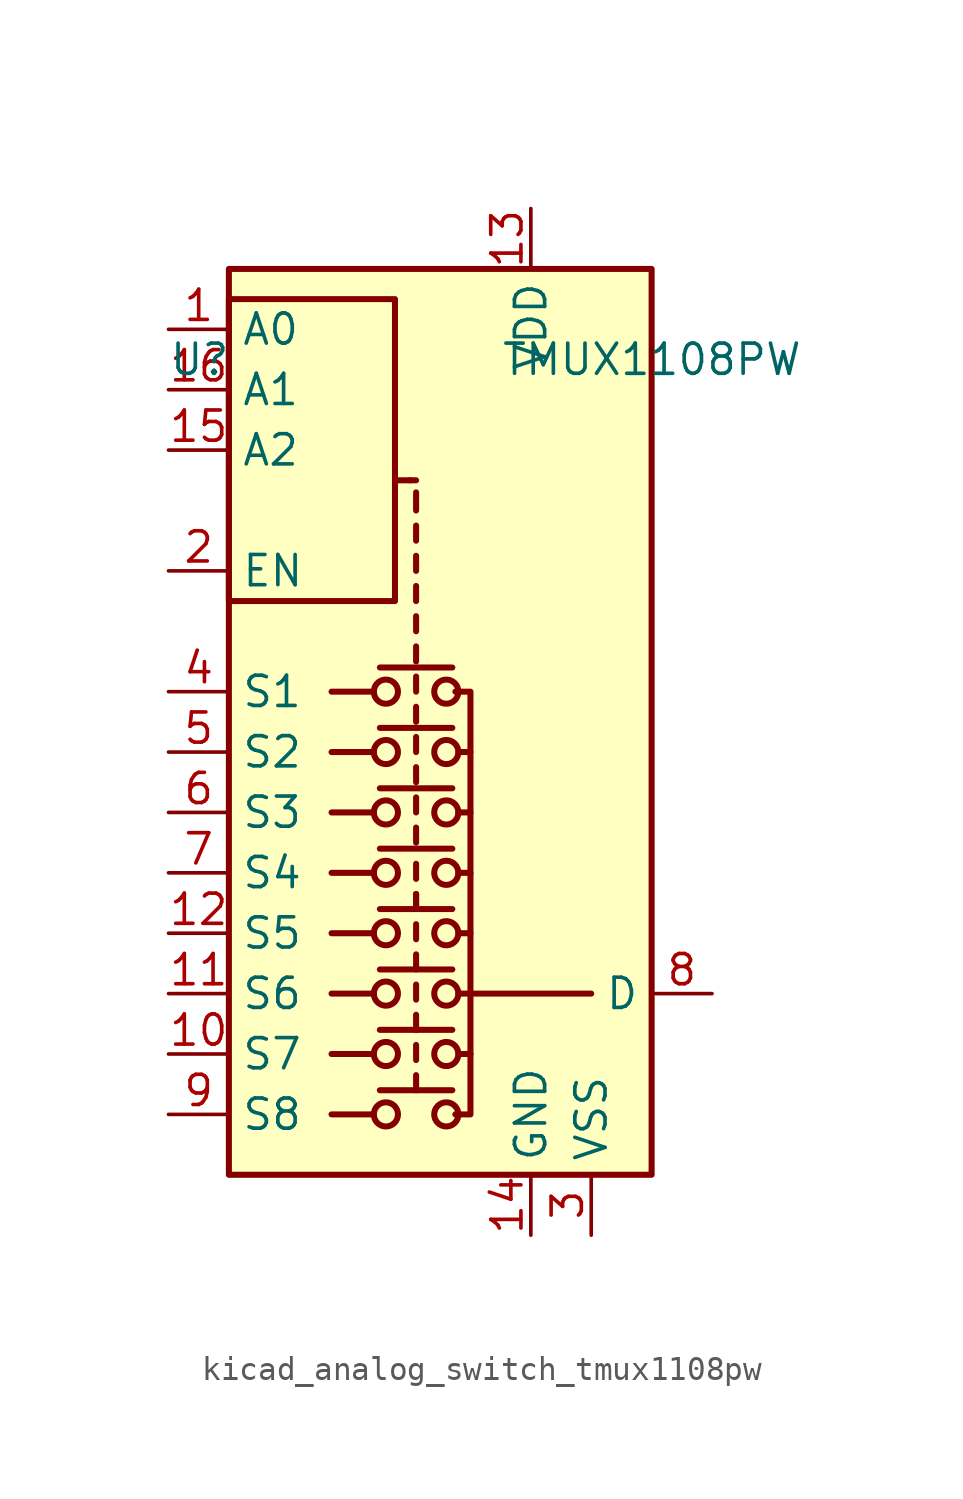
<source format=kicad_sym>
(kicad_symbol_lib
  (version 20220914)
  (generator kicad_symbol_editor)
  (symbol "kicad_analog_switch_tmux1108pw"
    (property "Reference" "U"
      (at -10.16 16.51 0)
      (effects (font (size 1.27 1.27)) (justify left)))
    (property "Value" "TMUX1108PW"
      (at 3.81 16.51 0)
      (effects (font (size 1.27 1.27)) (justify left)))
    (symbol "kicad_analog_switch_tmux1108pw_0_0"
      (pin power_in line (at 5.08 -20.32 90) (length 2.54) (name "GND" (effects (font (size 1.27 1.27)))) (number "14" (effects (font (size 1.27 1.27))))))
    (symbol "kicad_analog_switch_tmux1108pw_0_1"
      (rectangle (start -7.62 6.35) (end -0.635 19.05) (stroke (width 0.254) (type default)) (fill (type none)))
      (rectangle (start -7.62 20.32) (end 10.16 -17.78) (stroke (width 0.254) (type default)) (fill (type background)))
      (circle (center -1.016 -15.24) (radius 0.508) (stroke (width 0.254) (type default)) (fill (type none)))
      (circle (center -1.016 -12.7) (radius 0.508) (stroke (width 0.254) (type default)) (fill (type none)))
      (circle (center -1.016 -10.16) (radius 0.508) (stroke (width 0.254) (type default)) (fill (type none)))
      (circle (center -1.016 -7.62) (radius 0.508) (stroke (width 0.254) (type default)) (fill (type none)))
      (circle (center -1.016 -5.08) (radius 0.508) (stroke (width 0.254) (type default)) (fill (type none)))
      (circle (center -1.016 -2.54) (radius 0.508) (stroke (width 0.254) (type default)) (fill (type none)))
      (circle (center -1.016 0) (radius 0.508) (stroke (width 0.254) (type default)) (fill (type none)))
      (circle (center -1.016 2.54) (radius 0.508) (stroke (width 0.254) (type default)) (fill (type none)))
      (polyline (pts (xy -1.524 -15.24) (xy -3.302 -15.24)) (stroke (width 0.254) (type default)) (fill (type none)))
      (polyline (pts (xy -1.524 -12.7) (xy -3.302 -12.7)) (stroke (width 0.254) (type default)) (fill (type none)))
      (polyline (pts (xy -1.524 -10.16) (xy -3.302 -10.16)) (stroke (width 0.254) (type default)) (fill (type none)))
      (polyline (pts (xy -1.524 -7.62) (xy -3.302 -7.62)) (stroke (width 0.254) (type default)) (fill (type none)))
      (polyline (pts (xy -1.524 -5.08) (xy -3.302 -5.08)) (stroke (width 0.254) (type default)) (fill (type none)))
      (polyline (pts (xy -1.524 -2.54) (xy -3.302 -2.54)) (stroke (width 0.254) (type default)) (fill (type none)))
      (polyline (pts (xy -1.524 0) (xy -3.302 0)) (stroke (width 0.254) (type default)) (fill (type none)))
      (polyline (pts (xy -1.524 2.54) (xy -3.302 2.54)) (stroke (width 0.254) (type default)) (fill (type none)))
      (polyline (pts (xy -1.27 -14.224) (xy 1.778 -14.224)) (stroke (width 0.254) (type default)) (fill (type none)))
      (polyline (pts (xy -1.27 -11.684) (xy 1.778 -11.684)) (stroke (width 0.254) (type default)) (fill (type none)))
      (polyline (pts (xy -1.27 -9.144) (xy 1.778 -9.144)) (stroke (width 0.254) (type default)) (fill (type none)))
      (polyline (pts (xy -1.27 -6.604) (xy 1.778 -6.604)) (stroke (width 0.254) (type default)) (fill (type none)))
      (polyline (pts (xy -1.27 -4.064) (xy 1.778 -4.064)) (stroke (width 0.254) (type default)) (fill (type none)))
      (polyline (pts (xy -1.27 -1.524) (xy 1.778 -1.524)) (stroke (width 0.254) (type default)) (fill (type none)))
      (polyline (pts (xy -1.27 1.016) (xy 1.778 1.016)) (stroke (width 0.254) (type default)) (fill (type none)))
      (polyline (pts (xy -1.27 3.556) (xy 1.778 3.556)) (stroke (width 0.254) (type default)) (fill (type none)))
      (polyline (pts (xy -0.635 11.43) (xy 0 11.43)) (stroke (width 0.254) (type default)) (fill (type none)))
      (polyline (pts (xy 0.254 -14.224) (xy 0.254 -13.589)) (stroke (width 0.254) (type default)) (fill (type none)))
      (polyline (pts (xy 0.254 -12.954) (xy 0.254 -12.319)) (stroke (width 0.254) (type default)) (fill (type none)))
      (polyline (pts (xy 0.254 -11.684) (xy 0.254 -11.049)) (stroke (width 0.254) (type default)) (fill (type none)))
      (polyline (pts (xy 0.254 -10.414) (xy 0.254 -9.779)) (stroke (width 0.254) (type default)) (fill (type none)))
      (polyline (pts (xy 0.254 -9.144) (xy 0.254 -8.509)) (stroke (width 0.254) (type default)) (fill (type none)))
      (polyline (pts (xy 0.254 -7.874) (xy 0.254 -7.239)) (stroke (width 0.254) (type default)) (fill (type none)))
      (polyline (pts (xy 0.254 -6.604) (xy 0.254 -5.969)) (stroke (width 0.254) (type default)) (fill (type none)))
      (polyline (pts (xy 0.254 -6.604) (xy 0.254 -5.969)) (stroke (width 0.254) (type default)) (fill (type none)))
      (polyline (pts (xy 0.254 -5.334) (xy 0.254 -4.699)) (stroke (width 0.254) (type default)) (fill (type none)))
      (polyline (pts (xy 0.254 -3.81) (xy 0.254 -3.175)) (stroke (width 0.254) (type default)) (fill (type none)))
      (polyline (pts (xy 0.254 -2.54) (xy 0.254 -1.905)) (stroke (width 0.254) (type default)) (fill (type none)))
      (polyline (pts (xy 0.254 -1.27) (xy 0.254 -0.635)) (stroke (width 0.254) (type default)) (fill (type none)))
      (polyline (pts (xy 0.254 0) (xy 0.254 0.635)) (stroke (width 0.254) (type default)) (fill (type none)))
      (polyline (pts (xy 0.254 1.27) (xy 0.254 1.905)) (stroke (width 0.254) (type default)) (fill (type none)))
      (polyline (pts (xy 0.254 2.54) (xy 0.254 3.175)) (stroke (width 0.254) (type default)) (fill (type none)))
      (polyline (pts (xy 0.254 3.81) (xy 0.254 4.445)) (stroke (width 0.254) (type default)) (fill (type none)))
      (polyline (pts (xy 0.254 5.08) (xy 0.254 5.715)) (stroke (width 0.254) (type default)) (fill (type none)))
      (polyline (pts (xy 0.254 6.35) (xy 0.254 6.985)) (stroke (width 0.254) (type default)) (fill (type none)))
      (polyline (pts (xy 0.254 7.62) (xy 0.254 8.255)) (stroke (width 0.254) (type default)) (fill (type none)))
      (polyline (pts (xy 0.254 8.89) (xy 0.254 9.525)) (stroke (width 0.254) (type default)) (fill (type none)))
      (polyline (pts (xy 0.254 10.16) (xy 0.254 10.922)) (stroke (width 0.254) (type default)) (fill (type none)))
      (polyline (pts (xy 0.254 11.43) (xy 0 11.43)) (stroke (width 0.254) (type default)) (fill (type none)))
      (polyline (pts (xy 2.032 -12.7) (xy 2.54 -12.7)) (stroke (width 0.254) (type default)) (fill (type none)))
      (polyline (pts (xy 2.032 -10.16) (xy 2.54 -10.16)) (stroke (width 0.254) (type default)) (fill (type none)))
      (polyline (pts (xy 2.032 -7.62) (xy 2.54 -7.62)) (stroke (width 0.254) (type default)) (fill (type none)))
      (polyline (pts (xy 2.032 -5.08) (xy 2.54 -5.08)) (stroke (width 0.254) (type default)) (fill (type none)))
      (polyline (pts (xy 2.032 -2.54) (xy 2.54 -2.54)) (stroke (width 0.254) (type default)) (fill (type none)))
      (polyline (pts (xy 2.032 0) (xy 2.54 0)) (stroke (width 0.254) (type default)) (fill (type none)))
      (polyline (pts (xy 2.54 -10.16) (xy 7.62 -10.16)) (stroke (width 0.254) (type default)) (fill (type none)))
      (polyline (pts (xy 1.905 2.54) (xy 2.54 2.54) (xy 2.54 -15.24) (xy 1.905 -15.24)) (stroke (width 0.254) (type default)) (fill (type none)))
      (circle (center 1.524 -15.24) (radius 0.508) (stroke (width 0.254) (type default)) (fill (type none)))
      (circle (center 1.524 -12.7) (radius 0.508) (stroke (width 0.254) (type default)) (fill (type none)))
      (circle (center 1.524 -10.16) (radius 0.508) (stroke (width 0.254) (type default)) (fill (type none)))
      (circle (center 1.524 -7.62) (radius 0.508) (stroke (width 0.254) (type default)) (fill (type none)))
      (circle (center 1.524 -5.08) (radius 0.508) (stroke (width 0.254) (type default)) (fill (type none)))
      (circle (center 1.524 -2.54) (radius 0.508) (stroke (width 0.254) (type default)) (fill (type none)))
      (circle (center 1.524 0) (radius 0.508) (stroke (width 0.254) (type default)) (fill (type none)))
      (circle (center 1.524 2.54) (radius 0.508) (stroke (width 0.254) (type default)) (fill (type none))))
    (symbol "kicad_analog_switch_tmux1108pw_1_1"
      (pin input line (at -10.16 17.78 0) (length 2.54) (name "A0" (effects (font (size 1.27 1.27)))) (number "1" (effects (font (size 1.27 1.27)))))
      (pin bidirectional line (at -10.16 -12.7 0) (length 2.54) (name "S7" (effects (font (size 1.27 1.27)))) (number "10" (effects (font (size 1.27 1.27)))))
      (pin bidirectional line (at -10.16 -10.16 0) (length 2.54) (name "S6" (effects (font (size 1.27 1.27)))) (number "11" (effects (font (size 1.27 1.27)))))
      (pin bidirectional line (at -10.16 -7.62 0) (length 2.54) (name "S5" (effects (font (size 1.27 1.27)))) (number "12" (effects (font (size 1.27 1.27)))))
      (pin power_in line (at 5.08 22.86 270) (length 2.54) (name "VDD" (effects (font (size 1.27 1.27)))) (number "13" (effects (font (size 1.27 1.27)))))
      (pin input line (at -10.16 12.7 0) (length 2.54) (name "A2" (effects (font (size 1.27 1.27)))) (number "15" (effects (font (size 1.27 1.27)))))
      (pin input line (at -10.16 15.24 0) (length 2.54) (name "A1" (effects (font (size 1.27 1.27)))) (number "16" (effects (font (size 1.27 1.27)))))
      (pin input line (at -10.16 7.62 0) (length 2.54) (name "EN" (effects (font (size 1.27 1.27)))) (number "2" (effects (font (size 1.27 1.27)))))
      (pin power_in line (at 7.62 -20.32 90) (length 2.54) (name "VSS" (effects (font (size 1.27 1.27)))) (number "3" (effects (font (size 1.27 1.27)))))
      (pin bidirectional line (at -10.16 2.54 0) (length 2.54) (name "S1" (effects (font (size 1.27 1.27)))) (number "4" (effects (font (size 1.27 1.27)))))
      (pin bidirectional line (at -10.16 0 0) (length 2.54) (name "S2" (effects (font (size 1.27 1.27)))) (number "5" (effects (font (size 1.27 1.27)))))
      (pin bidirectional line (at -10.16 -2.54 0) (length 2.54) (name "S3" (effects (font (size 1.27 1.27)))) (number "6" (effects (font (size 1.27 1.27)))))
      (pin bidirectional line (at -10.16 -5.08 0) (length 2.54) (name "S4" (effects (font (size 1.27 1.27)))) (number "7" (effects (font (size 1.27 1.27)))))
      (pin bidirectional line (at 12.7 -10.16 180) (length 2.54) (name "D" (effects (font (size 1.27 1.27)))) (number "8" (effects (font (size 1.27 1.27)))))
      (pin bidirectional line (at -10.16 -15.24 0) (length 2.54) (name "S8" (effects (font (size 1.27 1.27)))) (number "9" (effects (font (size 1.27 1.27))))))))
</source>
